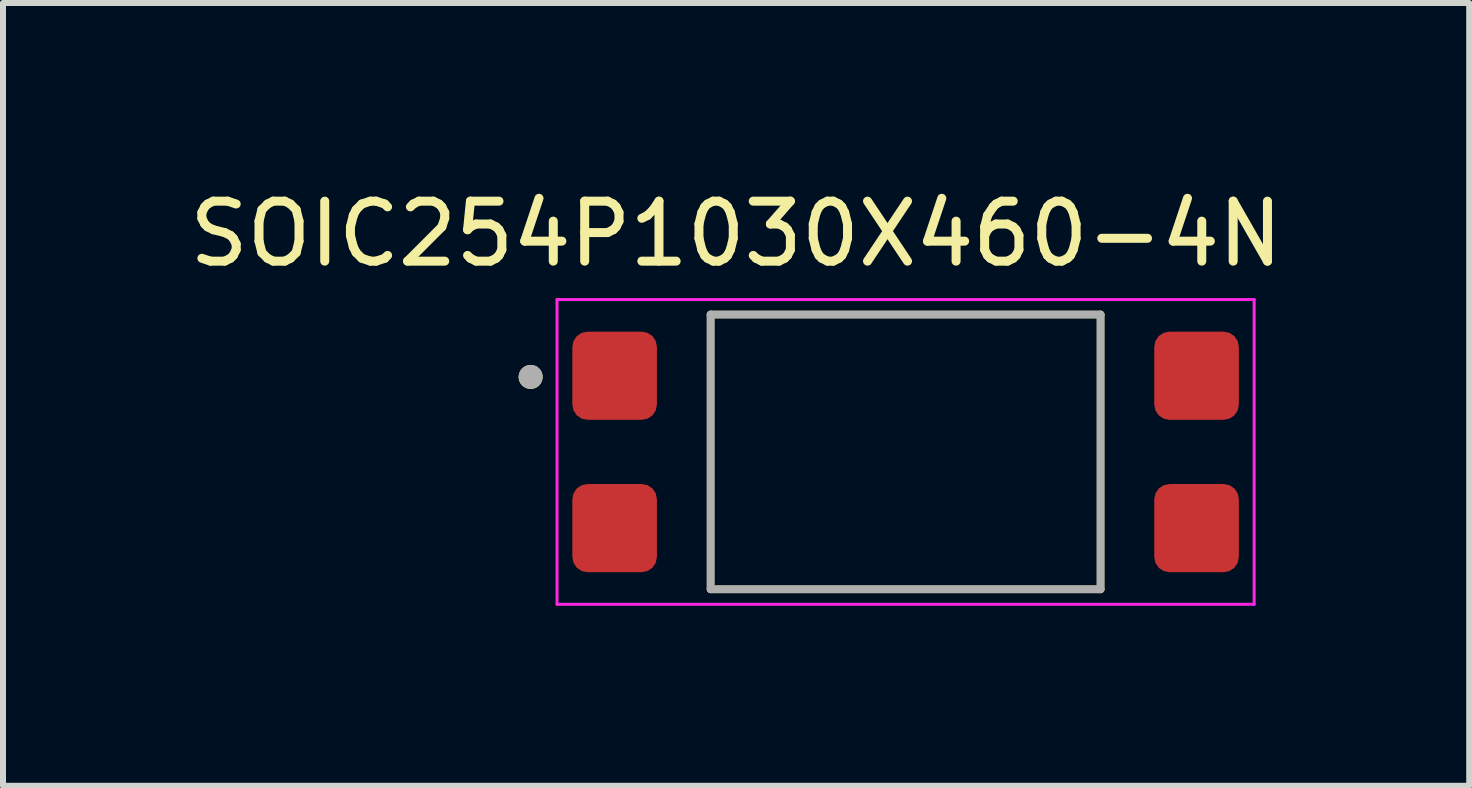
<source format=kicad_pcb>
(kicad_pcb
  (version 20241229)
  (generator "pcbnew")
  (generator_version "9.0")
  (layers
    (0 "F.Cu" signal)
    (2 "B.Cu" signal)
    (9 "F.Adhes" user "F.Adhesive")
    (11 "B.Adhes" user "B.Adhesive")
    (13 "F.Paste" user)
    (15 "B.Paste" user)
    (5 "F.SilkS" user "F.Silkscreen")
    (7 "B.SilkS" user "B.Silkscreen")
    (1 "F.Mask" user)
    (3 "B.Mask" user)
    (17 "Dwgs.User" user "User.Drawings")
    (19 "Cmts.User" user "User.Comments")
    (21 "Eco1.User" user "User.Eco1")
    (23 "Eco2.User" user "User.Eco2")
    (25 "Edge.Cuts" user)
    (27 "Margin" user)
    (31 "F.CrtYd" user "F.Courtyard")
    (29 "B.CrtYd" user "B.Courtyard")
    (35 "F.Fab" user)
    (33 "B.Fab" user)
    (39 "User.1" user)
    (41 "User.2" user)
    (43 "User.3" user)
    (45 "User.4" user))
  (footprint "SOIC254P1030X460-4N"
    (layer "F.Cu")
    (at 12.045 4.483)
    (property "Reference" "SOIC254P1030X460-4N" (at -2.825 -3.635 0) (layer "F.SilkS") (effects (font (size 1 1) (thickness 0.15))))
    (attr smd)
    (fp_line (start -3.25 -2.29) (end -3.25 2.29) (stroke (width 0.127) (type solid)) (layer "F.SilkS"))
    (fp_line (start -3.25 -2.29) (end 3.25 -2.29) (stroke (width 0.127) (type solid)) (layer "F.SilkS"))
    (fp_line (start 3.25 2.29) (end -3.25 2.29) (stroke (width 0.127) (type solid)) (layer "F.SilkS"))
    (fp_line (start 3.25 2.29) (end 3.25 -2.29) (stroke (width 0.127) (type solid)) (layer "F.SilkS"))
    (fp_circle (center -6.25 -1.25) (end -6.15 -1.25) (stroke (width 0.2) (type solid)) (fill no) (layer "F.SilkS"))
    (fp_line (start -5.81 -2.54) (end 5.81 -2.54) (stroke (width 0.05) (type solid)) (layer "F.CrtYd"))
    (fp_line (start -5.81 2.54) (end -5.81 -2.54) (stroke (width 0.05) (type solid)) (layer "F.CrtYd"))
    (fp_line (start 5.81 -2.54) (end 5.81 2.54) (stroke (width 0.05) (type solid)) (layer "F.CrtYd"))
    (fp_line (start 5.81 2.54) (end -5.81 2.54) (stroke (width 0.05) (type solid)) (layer "F.CrtYd"))
    (fp_line (start -3.25 -2.29) (end -3.25 2.29) (stroke (width 0.127) (type solid)) (layer "F.Fab"))
    (fp_line (start -3.25 2.29) (end 3.25 2.29) (stroke (width 0.127) (type solid)) (layer "F.Fab"))
    (fp_line (start 3.25 -2.29) (end -3.25 -2.29) (stroke (width 0.127) (type solid)) (layer "F.Fab"))
    (fp_line (start 3.25 2.29) (end 3.25 -2.29) (stroke (width 0.127) (type solid)) (layer "F.Fab"))
    (fp_circle (center -6.25 -1.25) (end -6.15 -1.25) (stroke (width 0.2) (type solid)) (fill no) (layer "F.Fab"))
    (pad "1" smd roundrect (at -4.85 -1.27) (size 1.41 1.47) (layers "F.Cu" "F.Mask" "F.Paste") (roundrect_rratio 0.18))
    (pad "2" smd roundrect (at -4.85 1.27) (size 1.41 1.47) (layers "F.Cu" "F.Mask" "F.Paste") (roundrect_rratio 0.18))
    (pad "3" smd roundrect (at 4.85 1.27) (size 1.41 1.47) (layers "F.Cu" "F.Mask" "F.Paste") (roundrect_rratio 0.18))
    (pad "4" smd roundrect (at 4.85 -1.27) (size 1.41 1.47) (layers "F.Cu" "F.Mask" "F.Paste") (roundrect_rratio 0.18)))
  (gr_rect
    (start -3 -3)
    (end 21.44 10.048)
    (stroke (width 0.1) (type default))
    (fill no)
    (layer "Edge.Cuts")))
</source>
